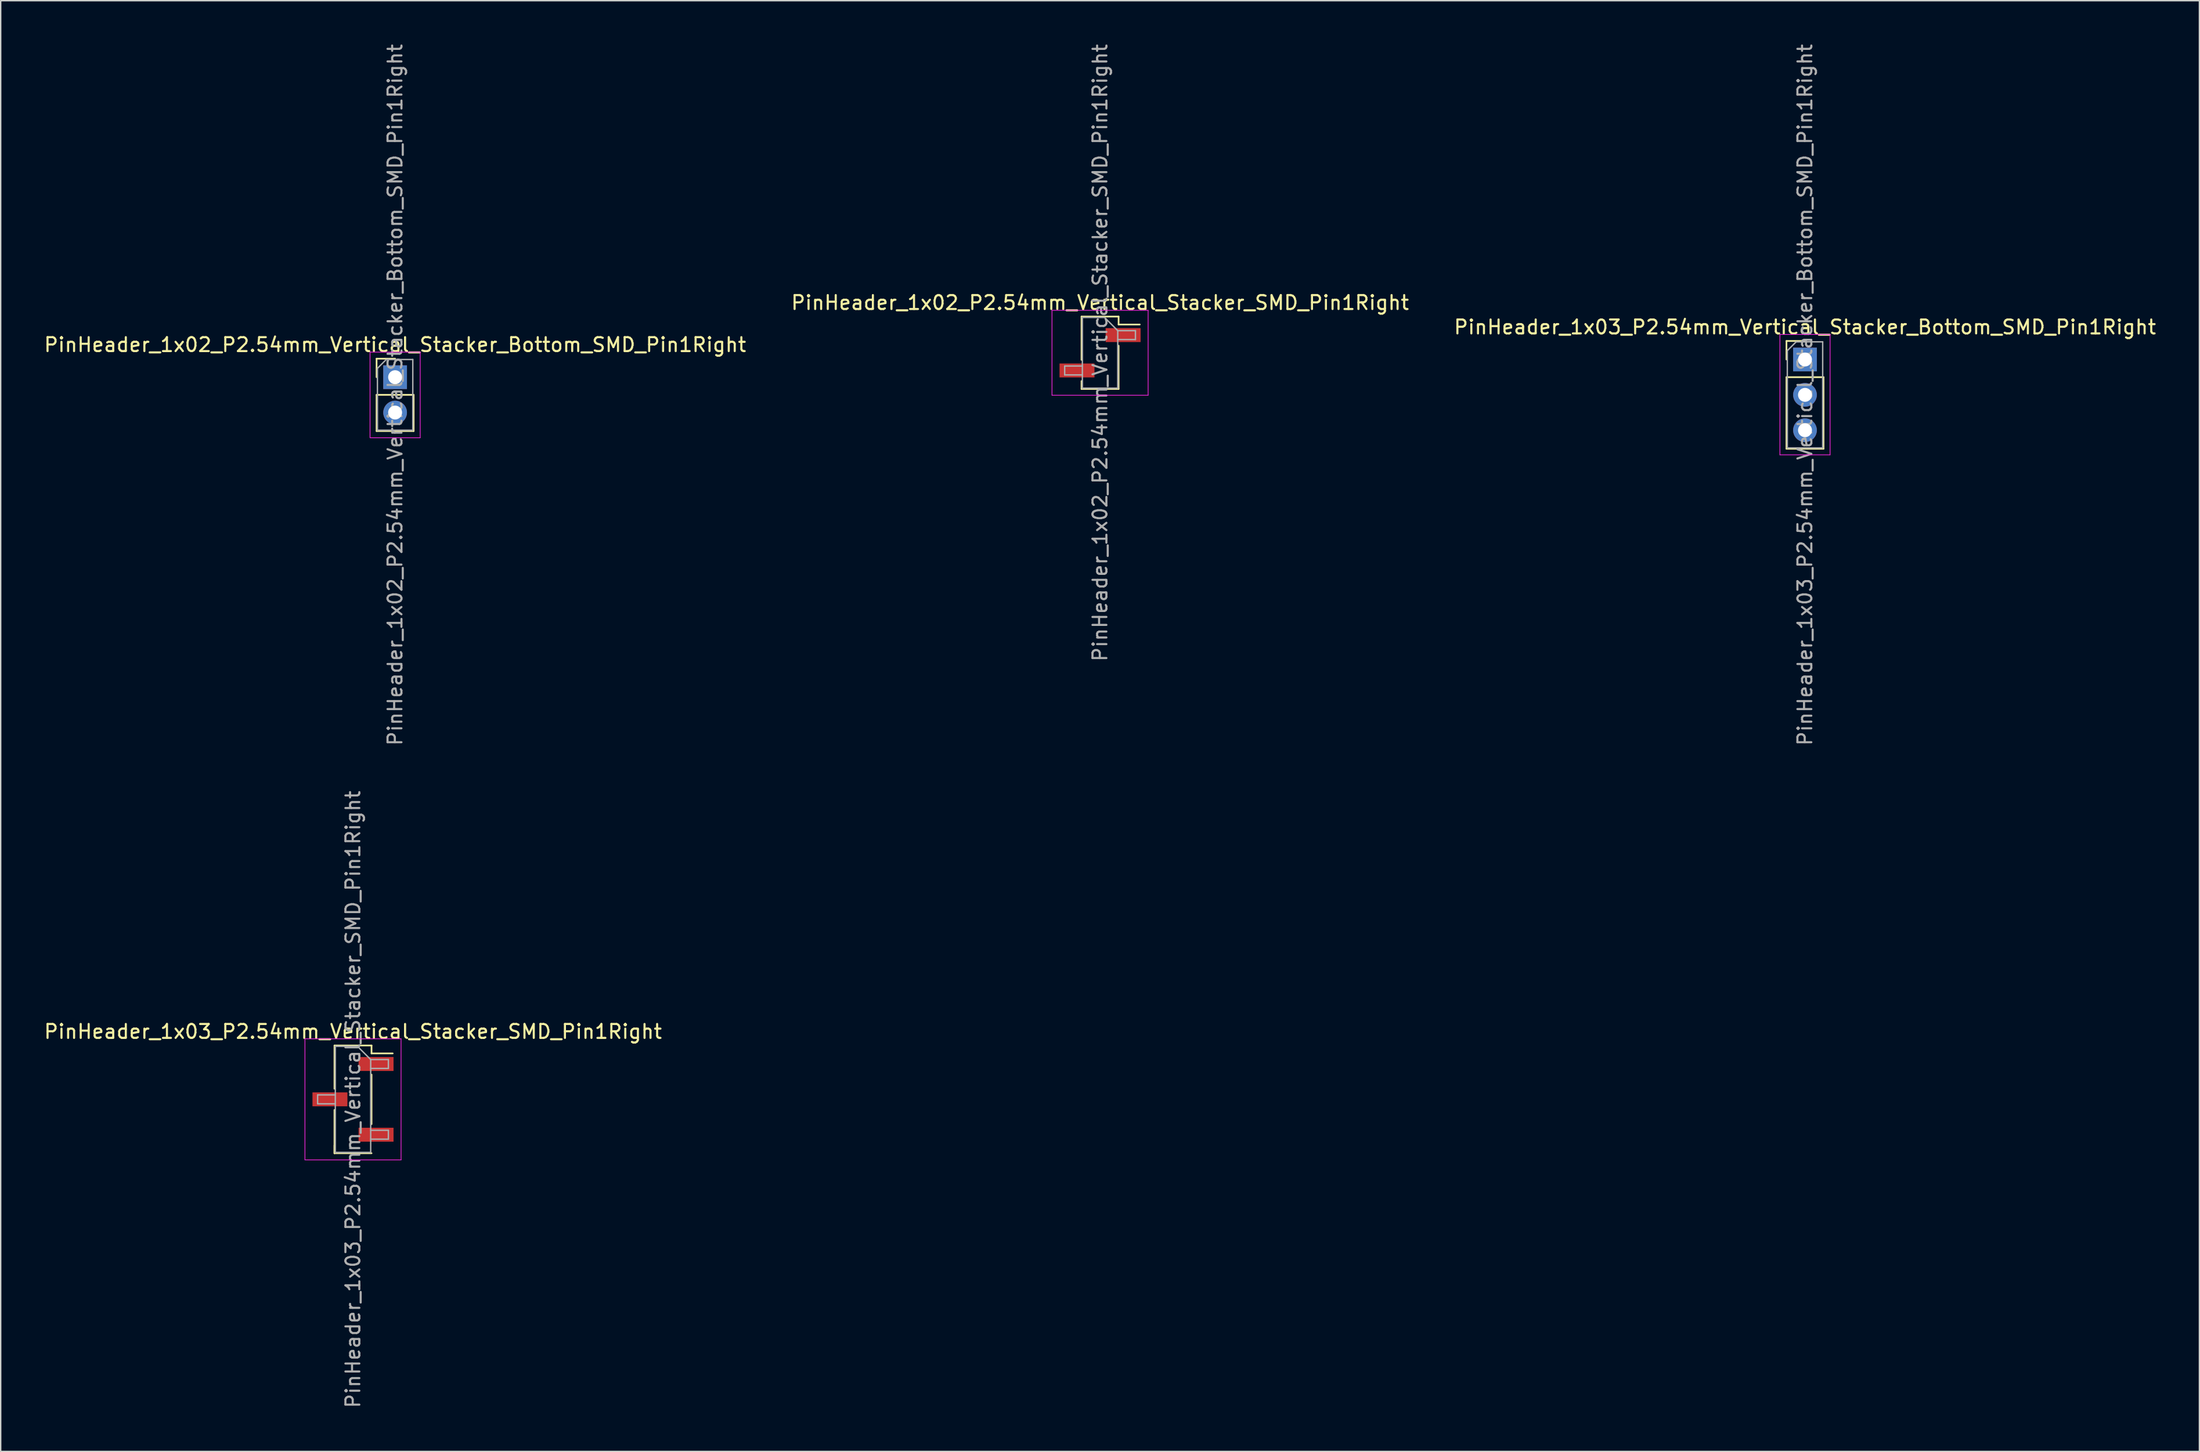
<source format=kicad_pcb>
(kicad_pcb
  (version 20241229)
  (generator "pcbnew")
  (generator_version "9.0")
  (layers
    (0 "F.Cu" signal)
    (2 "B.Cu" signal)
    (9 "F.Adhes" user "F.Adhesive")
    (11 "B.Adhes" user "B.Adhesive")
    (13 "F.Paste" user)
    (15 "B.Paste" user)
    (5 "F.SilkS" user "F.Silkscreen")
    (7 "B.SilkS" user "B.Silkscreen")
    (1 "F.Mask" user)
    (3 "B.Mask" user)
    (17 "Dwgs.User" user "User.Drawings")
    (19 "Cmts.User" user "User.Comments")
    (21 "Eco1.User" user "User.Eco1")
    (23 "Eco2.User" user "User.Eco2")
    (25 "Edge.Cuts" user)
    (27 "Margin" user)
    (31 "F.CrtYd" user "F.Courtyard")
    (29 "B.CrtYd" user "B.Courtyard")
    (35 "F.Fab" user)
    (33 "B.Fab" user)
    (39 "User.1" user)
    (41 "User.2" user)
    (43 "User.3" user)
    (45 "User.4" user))
  (footprint "PinHeader_1x02_P2.54mm_Vertical_Stacker_SMD_Pin1Right"
    (layer "F.Cu")
    (at 75.923 22.292)
    (property "Reference" "PinHeader_1x02_P2.54mm_Vertical_Stacker_SMD_Pin1Right" (at 0 -3.6 0) (layer "F.SilkS") (effects (font (size 1 1) (thickness 0.15))))
    (attr smd)
    (fp_line (start -1.33 -2.6) (end -1.33 0.51) (stroke (width 0.12) (type solid)) (layer "F.SilkS"))
    (fp_line (start -1.33 -2.6) (end 1.33 -2.6) (stroke (width 0.12) (type solid)) (layer "F.SilkS"))
    (fp_line (start -1.33 2.03) (end -1.33 2.6) (stroke (width 0.12) (type solid)) (layer "F.SilkS"))
    (fp_line (start -1.33 2.6) (end 1.33 2.6) (stroke (width 0.12) (type solid)) (layer "F.SilkS"))
    (fp_line (start 1.33 -2.6) (end 1.33 -2.03) (stroke (width 0.12) (type solid)) (layer "F.SilkS"))
    (fp_line (start 1.33 -2.03) (end 2.85 -2.03) (stroke (width 0.12) (type solid)) (layer "F.SilkS"))
    (fp_line (start 1.33 -0.51) (end 1.33 2.6) (stroke (width 0.12) (type solid)) (layer "F.SilkS"))
    (fp_line (start -3.45 -3.05) (end -3.45 3.05) (stroke (width 0.05) (type solid)) (layer "F.CrtYd"))
    (fp_line (start -3.45 3.05) (end 3.45 3.05) (stroke (width 0.05) (type solid)) (layer "F.CrtYd"))
    (fp_line (start 3.45 -3.05) (end -3.45 -3.05) (stroke (width 0.05) (type solid)) (layer "F.CrtYd"))
    (fp_line (start 3.45 3.05) (end 3.45 -3.05) (stroke (width 0.05) (type solid)) (layer "F.CrtYd"))
    (fp_line (start -2.54 0.95) (end -2.54 1.59) (stroke (width 0.1) (type solid)) (layer "F.Fab"))
    (fp_line (start -2.54 1.59) (end -1.27 1.59) (stroke (width 0.1) (type solid)) (layer "F.Fab"))
    (fp_line (start -1.27 -2.54) (end -1.27 2.54) (stroke (width 0.1) (type solid)) (layer "F.Fab"))
    (fp_line (start -1.27 -2.54) (end 0.32 -2.54) (stroke (width 0.1) (type solid)) (layer "F.Fab"))
    (fp_line (start -1.27 0.95) (end -2.54 0.95) (stroke (width 0.1) (type solid)) (layer "F.Fab"))
    (fp_line (start 1.27 -1.59) (end 0.32 -2.54) (stroke (width 0.1) (type solid)) (layer "F.Fab"))
    (fp_line (start 1.27 -1.59) (end 2.54 -1.59) (stroke (width 0.1) (type solid)) (layer "F.Fab"))
    (fp_line (start 1.27 2.54) (end -1.27 2.54) (stroke (width 0.1) (type solid)) (layer "F.Fab"))
    (fp_line (start 1.27 2.54) (end 1.27 -1.59) (stroke (width 0.1) (type solid)) (layer "F.Fab"))
    (fp_line (start 2.54 -1.59) (end 2.54 -0.95) (stroke (width 0.1) (type solid)) (layer "F.Fab"))
    (fp_line (start 2.54 -0.95) (end 1.27 -0.95) (stroke (width 0.1) (type solid)) (layer "F.Fab"))
    (fp_text user "${REFERENCE}" (at 0 0 90) (layer "F.Fab") (effects (font (size 1 1) (thickness 0.15))))
    (pad "1" smd rect (at 1.655 -1.27) (size 2.51 1) (layers "F.Cu" "F.Mask" "F.Paste"))
    (pad "2" smd rect (at -1.655 1.27) (size 2.51 1) (layers "F.Cu" "F.Mask" "F.Paste")))
  (footprint "PinHeader_1x02_P2.54mm_Vertical_Stacker_Bottom_SMD_Pin1Right"
    (layer "F.Cu")
    (at 25.315 24.045)
    (property "Reference" "PinHeader_1x02_P2.54mm_Vertical_Stacker_Bottom_SMD_Pin1Right" (at 0 -2.33 0) (layer "F.SilkS") (effects (font (size 1 1) (thickness 0.15))))
    (attr through_hole)
    (fp_line (start -1.33 -1.33) (end 0 -1.33) (stroke (width 0.12) (type solid)) (layer "F.SilkS"))
    (fp_line (start -1.33 0) (end -1.33 -1.33) (stroke (width 0.12) (type solid)) (layer "F.SilkS"))
    (fp_line (start -1.33 1.27) (end -1.33 3.87) (stroke (width 0.12) (type solid)) (layer "F.SilkS"))
    (fp_line (start -1.33 1.27) (end 1.33 1.27) (stroke (width 0.12) (type solid)) (layer "F.SilkS"))
    (fp_line (start -1.33 3.87) (end 1.33 3.87) (stroke (width 0.12) (type solid)) (layer "F.SilkS"))
    (fp_line (start 1.33 1.27) (end 1.33 3.87) (stroke (width 0.12) (type solid)) (layer "F.SilkS"))
    (fp_line (start -1.8 -1.8) (end -1.8 4.35) (stroke (width 0.05) (type solid)) (layer "F.CrtYd"))
    (fp_line (start -1.8 4.35) (end 1.8 4.35) (stroke (width 0.05) (type solid)) (layer "F.CrtYd"))
    (fp_line (start 1.8 -1.8) (end -1.8 -1.8) (stroke (width 0.05) (type solid)) (layer "F.CrtYd"))
    (fp_line (start 1.8 4.35) (end 1.8 -1.8) (stroke (width 0.05) (type solid)) (layer "F.CrtYd"))
    (fp_line (start -1.27 -0.635) (end -0.635 -1.27) (stroke (width 0.1) (type solid)) (layer "F.Fab"))
    (fp_line (start -1.27 3.81) (end -1.27 -0.635) (stroke (width 0.1) (type solid)) (layer "F.Fab"))
    (fp_line (start -0.635 -1.27) (end 1.27 -1.27) (stroke (width 0.1) (type solid)) (layer "F.Fab"))
    (fp_line (start 1.27 -1.27) (end 1.27 3.81) (stroke (width 0.1) (type solid)) (layer "F.Fab"))
    (fp_line (start 1.27 3.81) (end -1.27 3.81) (stroke (width 0.1) (type solid)) (layer "F.Fab"))
    (fp_text user "${REFERENCE}" (at 0 1.27 90) (layer "F.Fab") (effects (font (size 1 1) (thickness 0.15))))
    (pad "1" thru_hole rect (at 0 0) (size 1.7 1.7) (drill 1) (layers "*.Cu" "*.Mask"))
    (pad "2" thru_hole oval (at 0 2.54) (size 1.7 1.7) (drill 1) (layers "*.Cu" "*.Mask")))
  (footprint "PinHeader_1x03_P2.54mm_Vertical_Stacker_SMD_Pin1Right"
    (layer "F.Cu")
    (at 22.292 75.923)
    (property "Reference" "PinHeader_1x03_P2.54mm_Vertical_Stacker_SMD_Pin1Right" (at 0 -4.87 0) (layer "F.SilkS") (effects (font (size 1 1) (thickness 0.15))))
    (attr smd)
    (fp_line (start -1.33 -3.87) (end -1.33 -0.76) (stroke (width 0.12) (type solid)) (layer "F.SilkS"))
    (fp_line (start -1.33 -3.87) (end 1.33 -3.87) (stroke (width 0.12) (type solid)) (layer "F.SilkS"))
    (fp_line (start -1.33 0.76) (end -1.33 3.87) (stroke (width 0.12) (type solid)) (layer "F.SilkS"))
    (fp_line (start -1.33 3.3) (end -1.33 3.87) (stroke (width 0.12) (type solid)) (layer "F.SilkS"))
    (fp_line (start -1.33 3.87) (end 1.33 3.87) (stroke (width 0.12) (type solid)) (layer "F.SilkS"))
    (fp_line (start 1.33 -3.87) (end 1.33 -3.3) (stroke (width 0.12) (type solid)) (layer "F.SilkS"))
    (fp_line (start 1.33 -3.3) (end 2.85 -3.3) (stroke (width 0.12) (type solid)) (layer "F.SilkS"))
    (fp_line (start 1.33 -1.78) (end 1.33 1.78) (stroke (width 0.12) (type solid)) (layer "F.SilkS"))
    (fp_line (start -3.45 -4.35) (end -3.45 4.35) (stroke (width 0.05) (type solid)) (layer "F.CrtYd"))
    (fp_line (start -3.45 4.35) (end 3.45 4.35) (stroke (width 0.05) (type solid)) (layer "F.CrtYd"))
    (fp_line (start 3.45 -4.35) (end -3.45 -4.35) (stroke (width 0.05) (type solid)) (layer "F.CrtYd"))
    (fp_line (start 3.45 4.35) (end 3.45 -4.35) (stroke (width 0.05) (type solid)) (layer "F.CrtYd"))
    (fp_line (start -2.54 -0.32) (end -2.54 0.32) (stroke (width 0.1) (type solid)) (layer "F.Fab"))
    (fp_line (start -2.54 0.32) (end -1.27 0.32) (stroke (width 0.1) (type solid)) (layer "F.Fab"))
    (fp_line (start -1.27 -3.81) (end -1.27 3.81) (stroke (width 0.1) (type solid)) (layer "F.Fab"))
    (fp_line (start -1.27 -3.81) (end 0.32 -3.81) (stroke (width 0.1) (type solid)) (layer "F.Fab"))
    (fp_line (start -1.27 -0.32) (end -2.54 -0.32) (stroke (width 0.1) (type solid)) (layer "F.Fab"))
    (fp_line (start 1.27 -2.86) (end 0.32 -3.81) (stroke (width 0.1) (type solid)) (layer "F.Fab"))
    (fp_line (start 1.27 -2.86) (end 2.54 -2.86) (stroke (width 0.1) (type solid)) (layer "F.Fab"))
    (fp_line (start 1.27 2.22) (end 2.54 2.22) (stroke (width 0.1) (type solid)) (layer "F.Fab"))
    (fp_line (start 1.27 3.81) (end -1.27 3.81) (stroke (width 0.1) (type solid)) (layer "F.Fab"))
    (fp_line (start 1.27 3.81) (end 1.27 -2.86) (stroke (width 0.1) (type solid)) (layer "F.Fab"))
    (fp_line (start 2.54 -2.86) (end 2.54 -2.22) (stroke (width 0.1) (type solid)) (layer "F.Fab"))
    (fp_line (start 2.54 -2.22) (end 1.27 -2.22) (stroke (width 0.1) (type solid)) (layer "F.Fab"))
    (fp_line (start 2.54 2.22) (end 2.54 2.86) (stroke (width 0.1) (type solid)) (layer "F.Fab"))
    (fp_line (start 2.54 2.86) (end 1.27 2.86) (stroke (width 0.1) (type solid)) (layer "F.Fab"))
    (fp_text user "${REFERENCE}" (at 0 0 90) (layer "F.Fab") (effects (font (size 1 1) (thickness 0.15))))
    (pad "1" smd rect (at 1.655 -2.54) (size 2.51 1) (layers "F.Cu" "F.Mask" "F.Paste"))
    (pad "2" smd rect (at -1.655 0) (size 2.51 1) (layers "F.Cu" "F.Mask" "F.Paste"))
    (pad "3" smd rect (at 1.655 2.54) (size 2.51 1) (layers "F.Cu" "F.Mask" "F.Paste")))
  (footprint "PinHeader_1x03_P2.54mm_Vertical_Stacker_Bottom_SMD_Pin1Right"
    (layer "F.Cu")
    (at 126.53 22.775)
    (property "Reference" "PinHeader_1x03_P2.54mm_Vertical_Stacker_Bottom_SMD_Pin1Right" (at 0 -2.33 0) (layer "F.SilkS") (effects (font (size 1 1) (thickness 0.15))))
    (attr through_hole)
    (fp_line (start -1.33 -1.33) (end 0 -1.33) (stroke (width 0.12) (type solid)) (layer "F.SilkS"))
    (fp_line (start -1.33 0) (end -1.33 -1.33) (stroke (width 0.12) (type solid)) (layer "F.SilkS"))
    (fp_line (start -1.33 1.27) (end -1.33 6.41) (stroke (width 0.12) (type solid)) (layer "F.SilkS"))
    (fp_line (start -1.33 1.27) (end 1.33 1.27) (stroke (width 0.12) (type solid)) (layer "F.SilkS"))
    (fp_line (start -1.33 6.41) (end 1.33 6.41) (stroke (width 0.12) (type solid)) (layer "F.SilkS"))
    (fp_line (start 1.33 1.27) (end 1.33 6.41) (stroke (width 0.12) (type solid)) (layer "F.SilkS"))
    (fp_line (start -1.8 -1.8) (end -1.8 6.85) (stroke (width 0.05) (type solid)) (layer "F.CrtYd"))
    (fp_line (start -1.8 6.85) (end 1.8 6.85) (stroke (width 0.05) (type solid)) (layer "F.CrtYd"))
    (fp_line (start 1.8 -1.8) (end -1.8 -1.8) (stroke (width 0.05) (type solid)) (layer "F.CrtYd"))
    (fp_line (start 1.8 6.85) (end 1.8 -1.8) (stroke (width 0.05) (type solid)) (layer "F.CrtYd"))
    (fp_line (start -1.27 -0.635) (end -0.635 -1.27) (stroke (width 0.1) (type solid)) (layer "F.Fab"))
    (fp_line (start -1.27 6.35) (end -1.27 -0.635) (stroke (width 0.1) (type solid)) (layer "F.Fab"))
    (fp_line (start -0.635 -1.27) (end 1.27 -1.27) (stroke (width 0.1) (type solid)) (layer "F.Fab"))
    (fp_line (start 1.27 -1.27) (end 1.27 6.35) (stroke (width 0.1) (type solid)) (layer "F.Fab"))
    (fp_line (start 1.27 6.35) (end -1.27 6.35) (stroke (width 0.1) (type solid)) (layer "F.Fab"))
    (fp_text user "${REFERENCE}" (at 0 2.54 90) (layer "F.Fab") (effects (font (size 1 1) (thickness 0.15))))
    (pad "1" thru_hole rect (at 0 0) (size 1.7 1.7) (drill 1) (layers "*.Cu" "*.Mask"))
    (pad "2" thru_hole oval (at 0 2.54) (size 1.7 1.7) (drill 1) (layers "*.Cu" "*.Mask"))
    (pad "3" thru_hole oval (at 0 5.08) (size 1.7 1.7) (drill 1) (layers "*.Cu" "*.Mask")))
  (gr_rect
    (start -3 -3)
    (end 154.845 101.214)
    (stroke (width 0.1) (type default))
    (fill no)
    (layer "Edge.Cuts")))
</source>
